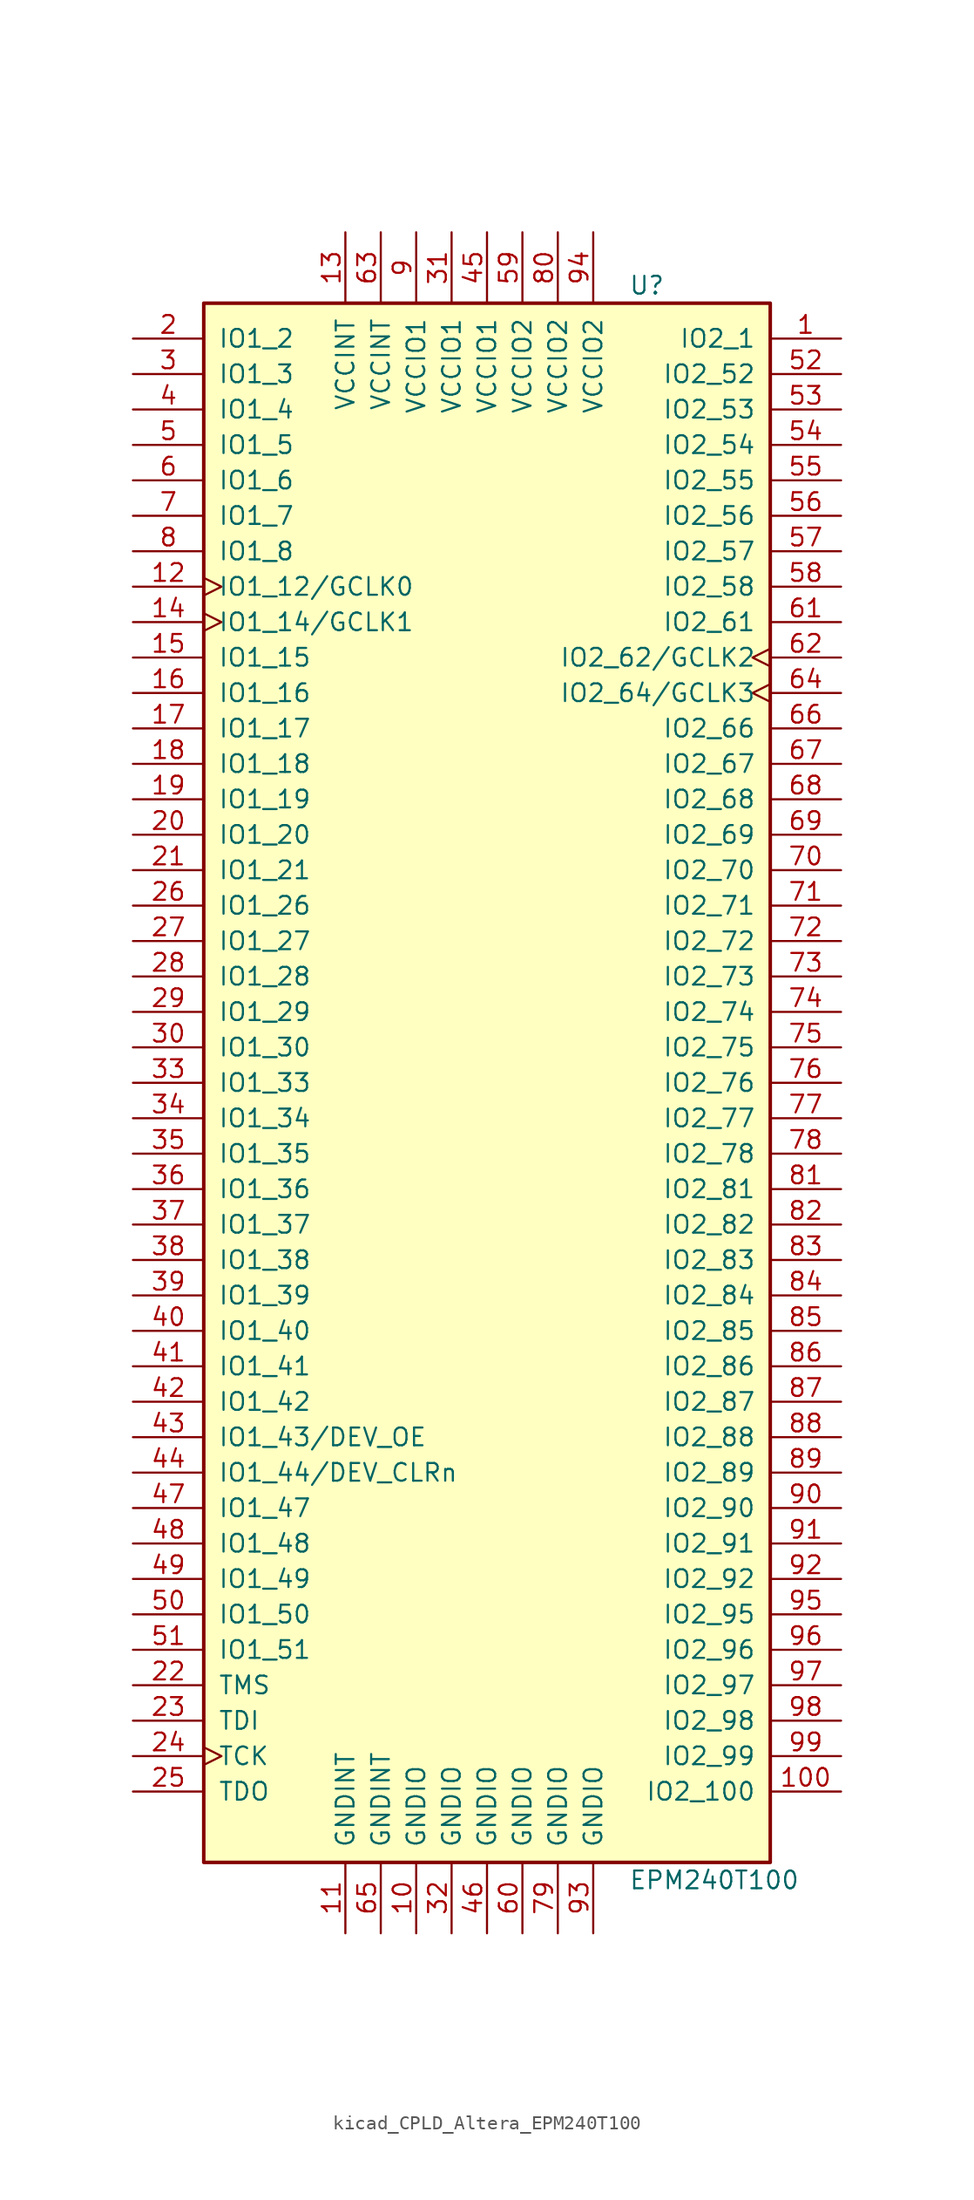
<source format=kicad_sym>
(kicad_symbol_lib
  (version 20220914)
  (generator kicad_symbol_editor)
  (symbol "kicad_CPLD_Altera_EPM240T100"
    (pin_names
      (offset 1.016))
    (property "Reference" "U"
      (at 10.16 57.15 0)
      (effects (font (size 1.27 1.27)) (justify left)))
    (property "Value" "EPM240T100"
      (at 10.16 -57.15 0)
      (effects (font (size 1.27 1.27)) (justify left)))
    (property "ki_locked" ""
      (at 0 0 0)
      (effects (font (size 1.27 1.27))))
    (symbol "kicad_CPLD_Altera_EPM240T100_1_1"
      (rectangle (start -20.32 55.88) (end 20.32 -55.88) (stroke (width 0.254) (type default)) (fill (type background)))
      (pin bidirectional line (at 25.4 53.34 180) (length 5.08) (name "IO2_1" (effects (font (size 1.27 1.27)))) (number "1" (effects (font (size 1.27 1.27)))))
      (pin power_in line (at -5.08 -60.96 90) (length 5.08) (name "GNDIO" (effects (font (size 1.27 1.27)))) (number "10" (effects (font (size 1.27 1.27)))))
      (pin bidirectional line (at 25.4 -50.8 180) (length 5.08) (name "IO2_100" (effects (font (size 1.27 1.27)))) (number "100" (effects (font (size 1.27 1.27)))))
      (pin power_in line (at -10.16 -60.96 90) (length 5.08) (name "GNDINT" (effects (font (size 1.27 1.27)))) (number "11" (effects (font (size 1.27 1.27)))))
      (pin bidirectional clock (at -25.4 35.56 0) (length 5.08) (name "IO1_12/GCLK0" (effects (font (size 1.27 1.27)))) (number "12" (effects (font (size 1.27 1.27)))))
      (pin power_in line (at -10.16 60.96 270) (length 5.08) (name "VCCINT" (effects (font (size 1.27 1.27)))) (number "13" (effects (font (size 1.27 1.27)))))
      (pin bidirectional clock (at -25.4 33.02 0) (length 5.08) (name "IO1_14/GCLK1" (effects (font (size 1.27 1.27)))) (number "14" (effects (font (size 1.27 1.27)))))
      (pin bidirectional line (at -25.4 30.48 0) (length 5.08) (name "IO1_15" (effects (font (size 1.27 1.27)))) (number "15" (effects (font (size 1.27 1.27)))))
      (pin bidirectional line (at -25.4 27.94 0) (length 5.08) (name "IO1_16" (effects (font (size 1.27 1.27)))) (number "16" (effects (font (size 1.27 1.27)))))
      (pin bidirectional line (at -25.4 25.4 0) (length 5.08) (name "IO1_17" (effects (font (size 1.27 1.27)))) (number "17" (effects (font (size 1.27 1.27)))))
      (pin bidirectional line (at -25.4 22.86 0) (length 5.08) (name "IO1_18" (effects (font (size 1.27 1.27)))) (number "18" (effects (font (size 1.27 1.27)))))
      (pin bidirectional line (at -25.4 20.32 0) (length 5.08) (name "IO1_19" (effects (font (size 1.27 1.27)))) (number "19" (effects (font (size 1.27 1.27)))))
      (pin bidirectional line (at -25.4 53.34 0) (length 5.08) (name "IO1_2" (effects (font (size 1.27 1.27)))) (number "2" (effects (font (size 1.27 1.27)))))
      (pin bidirectional line (at -25.4 17.78 0) (length 5.08) (name "IO1_20" (effects (font (size 1.27 1.27)))) (number "20" (effects (font (size 1.27 1.27)))))
      (pin bidirectional line (at -25.4 15.24 0) (length 5.08) (name "IO1_21" (effects (font (size 1.27 1.27)))) (number "21" (effects (font (size 1.27 1.27)))))
      (pin input line (at -25.4 -43.18 0) (length 5.08) (name "TMS" (effects (font (size 1.27 1.27)))) (number "22" (effects (font (size 1.27 1.27)))))
      (pin input line (at -25.4 -45.72 0) (length 5.08) (name "TDI" (effects (font (size 1.27 1.27)))) (number "23" (effects (font (size 1.27 1.27)))))
      (pin input clock (at -25.4 -48.26 0) (length 5.08) (name "TCK" (effects (font (size 1.27 1.27)))) (number "24" (effects (font (size 1.27 1.27)))))
      (pin output line (at -25.4 -50.8 0) (length 5.08) (name "TDO" (effects (font (size 1.27 1.27)))) (number "25" (effects (font (size 1.27 1.27)))))
      (pin bidirectional line (at -25.4 12.7 0) (length 5.08) (name "IO1_26" (effects (font (size 1.27 1.27)))) (number "26" (effects (font (size 1.27 1.27)))))
      (pin bidirectional line (at -25.4 10.16 0) (length 5.08) (name "IO1_27" (effects (font (size 1.27 1.27)))) (number "27" (effects (font (size 1.27 1.27)))))
      (pin bidirectional line (at -25.4 7.62 0) (length 5.08) (name "IO1_28" (effects (font (size 1.27 1.27)))) (number "28" (effects (font (size 1.27 1.27)))))
      (pin bidirectional line (at -25.4 5.08 0) (length 5.08) (name "IO1_29" (effects (font (size 1.27 1.27)))) (number "29" (effects (font (size 1.27 1.27)))))
      (pin bidirectional line (at -25.4 50.8 0) (length 5.08) (name "IO1_3" (effects (font (size 1.27 1.27)))) (number "3" (effects (font (size 1.27 1.27)))))
      (pin bidirectional line (at -25.4 2.54 0) (length 5.08) (name "IO1_30" (effects (font (size 1.27 1.27)))) (number "30" (effects (font (size 1.27 1.27)))))
      (pin power_in line (at -2.54 60.96 270) (length 5.08) (name "VCCIO1" (effects (font (size 1.27 1.27)))) (number "31" (effects (font (size 1.27 1.27)))))
      (pin power_in line (at -2.54 -60.96 90) (length 5.08) (name "GNDIO" (effects (font (size 1.27 1.27)))) (number "32" (effects (font (size 1.27 1.27)))))
      (pin bidirectional line (at -25.4 0 0) (length 5.08) (name "IO1_33" (effects (font (size 1.27 1.27)))) (number "33" (effects (font (size 1.27 1.27)))))
      (pin bidirectional line (at -25.4 -2.54 0) (length 5.08) (name "IO1_34" (effects (font (size 1.27 1.27)))) (number "34" (effects (font (size 1.27 1.27)))))
      (pin bidirectional line (at -25.4 -5.08 0) (length 5.08) (name "IO1_35" (effects (font (size 1.27 1.27)))) (number "35" (effects (font (size 1.27 1.27)))))
      (pin bidirectional line (at -25.4 -7.62 0) (length 5.08) (name "IO1_36" (effects (font (size 1.27 1.27)))) (number "36" (effects (font (size 1.27 1.27)))))
      (pin bidirectional line (at -25.4 -10.16 0) (length 5.08) (name "IO1_37" (effects (font (size 1.27 1.27)))) (number "37" (effects (font (size 1.27 1.27)))))
      (pin bidirectional line (at -25.4 -12.7 0) (length 5.08) (name "IO1_38" (effects (font (size 1.27 1.27)))) (number "38" (effects (font (size 1.27 1.27)))))
      (pin bidirectional line (at -25.4 -15.24 0) (length 5.08) (name "IO1_39" (effects (font (size 1.27 1.27)))) (number "39" (effects (font (size 1.27 1.27)))))
      (pin bidirectional line (at -25.4 48.26 0) (length 5.08) (name "IO1_4" (effects (font (size 1.27 1.27)))) (number "4" (effects (font (size 1.27 1.27)))))
      (pin bidirectional line (at -25.4 -17.78 0) (length 5.08) (name "IO1_40" (effects (font (size 1.27 1.27)))) (number "40" (effects (font (size 1.27 1.27)))))
      (pin bidirectional line (at -25.4 -20.32 0) (length 5.08) (name "IO1_41" (effects (font (size 1.27 1.27)))) (number "41" (effects (font (size 1.27 1.27)))))
      (pin bidirectional line (at -25.4 -22.86 0) (length 5.08) (name "IO1_42" (effects (font (size 1.27 1.27)))) (number "42" (effects (font (size 1.27 1.27)))))
      (pin bidirectional line (at -25.4 -25.4 0) (length 5.08) (name "IO1_43/DEV_OE" (effects (font (size 1.27 1.27)))) (number "43" (effects (font (size 1.27 1.27)))))
      (pin bidirectional line (at -25.4 -27.94 0) (length 5.08) (name "IO1_44/DEV_CLRn" (effects (font (size 1.27 1.27)))) (number "44" (effects (font (size 1.27 1.27)))))
      (pin power_in line (at 0 60.96 270) (length 5.08) (name "VCCIO1" (effects (font (size 1.27 1.27)))) (number "45" (effects (font (size 1.27 1.27)))))
      (pin power_in line (at 0 -60.96 90) (length 5.08) (name "GNDIO" (effects (font (size 1.27 1.27)))) (number "46" (effects (font (size 1.27 1.27)))))
      (pin bidirectional line (at -25.4 -30.48 0) (length 5.08) (name "IO1_47" (effects (font (size 1.27 1.27)))) (number "47" (effects (font (size 1.27 1.27)))))
      (pin bidirectional line (at -25.4 -33.02 0) (length 5.08) (name "IO1_48" (effects (font (size 1.27 1.27)))) (number "48" (effects (font (size 1.27 1.27)))))
      (pin bidirectional line (at -25.4 -35.56 0) (length 5.08) (name "IO1_49" (effects (font (size 1.27 1.27)))) (number "49" (effects (font (size 1.27 1.27)))))
      (pin bidirectional line (at -25.4 45.72 0) (length 5.08) (name "IO1_5" (effects (font (size 1.27 1.27)))) (number "5" (effects (font (size 1.27 1.27)))))
      (pin bidirectional line (at -25.4 -38.1 0) (length 5.08) (name "IO1_50" (effects (font (size 1.27 1.27)))) (number "50" (effects (font (size 1.27 1.27)))))
      (pin bidirectional line (at -25.4 -40.64 0) (length 5.08) (name "IO1_51" (effects (font (size 1.27 1.27)))) (number "51" (effects (font (size 1.27 1.27)))))
      (pin bidirectional line (at 25.4 50.8 180) (length 5.08) (name "IO2_52" (effects (font (size 1.27 1.27)))) (number "52" (effects (font (size 1.27 1.27)))))
      (pin bidirectional line (at 25.4 48.26 180) (length 5.08) (name "IO2_53" (effects (font (size 1.27 1.27)))) (number "53" (effects (font (size 1.27 1.27)))))
      (pin bidirectional line (at 25.4 45.72 180) (length 5.08) (name "IO2_54" (effects (font (size 1.27 1.27)))) (number "54" (effects (font (size 1.27 1.27)))))
      (pin bidirectional line (at 25.4 43.18 180) (length 5.08) (name "IO2_55" (effects (font (size 1.27 1.27)))) (number "55" (effects (font (size 1.27 1.27)))))
      (pin bidirectional line (at 25.4 40.64 180) (length 5.08) (name "IO2_56" (effects (font (size 1.27 1.27)))) (number "56" (effects (font (size 1.27 1.27)))))
      (pin bidirectional line (at 25.4 38.1 180) (length 5.08) (name "IO2_57" (effects (font (size 1.27 1.27)))) (number "57" (effects (font (size 1.27 1.27)))))
      (pin bidirectional line (at 25.4 35.56 180) (length 5.08) (name "IO2_58" (effects (font (size 1.27 1.27)))) (number "58" (effects (font (size 1.27 1.27)))))
      (pin power_in line (at 2.54 60.96 270) (length 5.08) (name "VCCIO2" (effects (font (size 1.27 1.27)))) (number "59" (effects (font (size 1.27 1.27)))))
      (pin bidirectional line (at -25.4 43.18 0) (length 5.08) (name "IO1_6" (effects (font (size 1.27 1.27)))) (number "6" (effects (font (size 1.27 1.27)))))
      (pin power_in line (at 2.54 -60.96 90) (length 5.08) (name "GNDIO" (effects (font (size 1.27 1.27)))) (number "60" (effects (font (size 1.27 1.27)))))
      (pin bidirectional line (at 25.4 33.02 180) (length 5.08) (name "IO2_61" (effects (font (size 1.27 1.27)))) (number "61" (effects (font (size 1.27 1.27)))))
      (pin bidirectional clock (at 25.4 30.48 180) (length 5.08) (name "IO2_62/GCLK2" (effects (font (size 1.27 1.27)))) (number "62" (effects (font (size 1.27 1.27)))))
      (pin power_in line (at -7.62 60.96 270) (length 5.08) (name "VCCINT" (effects (font (size 1.27 1.27)))) (number "63" (effects (font (size 1.27 1.27)))))
      (pin bidirectional clock (at 25.4 27.94 180) (length 5.08) (name "IO2_64/GCLK3" (effects (font (size 1.27 1.27)))) (number "64" (effects (font (size 1.27 1.27)))))
      (pin power_in line (at -7.62 -60.96 90) (length 5.08) (name "GNDINT" (effects (font (size 1.27 1.27)))) (number "65" (effects (font (size 1.27 1.27)))))
      (pin bidirectional line (at 25.4 25.4 180) (length 5.08) (name "IO2_66" (effects (font (size 1.27 1.27)))) (number "66" (effects (font (size 1.27 1.27)))))
      (pin bidirectional line (at 25.4 22.86 180) (length 5.08) (name "IO2_67" (effects (font (size 1.27 1.27)))) (number "67" (effects (font (size 1.27 1.27)))))
      (pin bidirectional line (at 25.4 20.32 180) (length 5.08) (name "IO2_68" (effects (font (size 1.27 1.27)))) (number "68" (effects (font (size 1.27 1.27)))))
      (pin bidirectional line (at 25.4 17.78 180) (length 5.08) (name "IO2_69" (effects (font (size 1.27 1.27)))) (number "69" (effects (font (size 1.27 1.27)))))
      (pin bidirectional line (at -25.4 40.64 0) (length 5.08) (name "IO1_7" (effects (font (size 1.27 1.27)))) (number "7" (effects (font (size 1.27 1.27)))))
      (pin bidirectional line (at 25.4 15.24 180) (length 5.08) (name "IO2_70" (effects (font (size 1.27 1.27)))) (number "70" (effects (font (size 1.27 1.27)))))
      (pin bidirectional line (at 25.4 12.7 180) (length 5.08) (name "IO2_71" (effects (font (size 1.27 1.27)))) (number "71" (effects (font (size 1.27 1.27)))))
      (pin bidirectional line (at 25.4 10.16 180) (length 5.08) (name "IO2_72" (effects (font (size 1.27 1.27)))) (number "72" (effects (font (size 1.27 1.27)))))
      (pin bidirectional line (at 25.4 7.62 180) (length 5.08) (name "IO2_73" (effects (font (size 1.27 1.27)))) (number "73" (effects (font (size 1.27 1.27)))))
      (pin bidirectional line (at 25.4 5.08 180) (length 5.08) (name "IO2_74" (effects (font (size 1.27 1.27)))) (number "74" (effects (font (size 1.27 1.27)))))
      (pin bidirectional line (at 25.4 2.54 180) (length 5.08) (name "IO2_75" (effects (font (size 1.27 1.27)))) (number "75" (effects (font (size 1.27 1.27)))))
      (pin bidirectional line (at 25.4 0 180) (length 5.08) (name "IO2_76" (effects (font (size 1.27 1.27)))) (number "76" (effects (font (size 1.27 1.27)))))
      (pin bidirectional line (at 25.4 -2.54 180) (length 5.08) (name "IO2_77" (effects (font (size 1.27 1.27)))) (number "77" (effects (font (size 1.27 1.27)))))
      (pin bidirectional line (at 25.4 -5.08 180) (length 5.08) (name "IO2_78" (effects (font (size 1.27 1.27)))) (number "78" (effects (font (size 1.27 1.27)))))
      (pin power_in line (at 5.08 -60.96 90) (length 5.08) (name "GNDIO" (effects (font (size 1.27 1.27)))) (number "79" (effects (font (size 1.27 1.27)))))
      (pin bidirectional line (at -25.4 38.1 0) (length 5.08) (name "IO1_8" (effects (font (size 1.27 1.27)))) (number "8" (effects (font (size 1.27 1.27)))))
      (pin power_in line (at 5.08 60.96 270) (length 5.08) (name "VCCIO2" (effects (font (size 1.27 1.27)))) (number "80" (effects (font (size 1.27 1.27)))))
      (pin bidirectional line (at 25.4 -7.62 180) (length 5.08) (name "IO2_81" (effects (font (size 1.27 1.27)))) (number "81" (effects (font (size 1.27 1.27)))))
      (pin bidirectional line (at 25.4 -10.16 180) (length 5.08) (name "IO2_82" (effects (font (size 1.27 1.27)))) (number "82" (effects (font (size 1.27 1.27)))))
      (pin bidirectional line (at 25.4 -12.7 180) (length 5.08) (name "IO2_83" (effects (font (size 1.27 1.27)))) (number "83" (effects (font (size 1.27 1.27)))))
      (pin bidirectional line (at 25.4 -15.24 180) (length 5.08) (name "IO2_84" (effects (font (size 1.27 1.27)))) (number "84" (effects (font (size 1.27 1.27)))))
      (pin bidirectional line (at 25.4 -17.78 180) (length 5.08) (name "IO2_85" (effects (font (size 1.27 1.27)))) (number "85" (effects (font (size 1.27 1.27)))))
      (pin bidirectional line (at 25.4 -20.32 180) (length 5.08) (name "IO2_86" (effects (font (size 1.27 1.27)))) (number "86" (effects (font (size 1.27 1.27)))))
      (pin bidirectional line (at 25.4 -22.86 180) (length 5.08) (name "IO2_87" (effects (font (size 1.27 1.27)))) (number "87" (effects (font (size 1.27 1.27)))))
      (pin bidirectional line (at 25.4 -25.4 180) (length 5.08) (name "IO2_88" (effects (font (size 1.27 1.27)))) (number "88" (effects (font (size 1.27 1.27)))))
      (pin bidirectional line (at 25.4 -27.94 180) (length 5.08) (name "IO2_89" (effects (font (size 1.27 1.27)))) (number "89" (effects (font (size 1.27 1.27)))))
      (pin power_in line (at -5.08 60.96 270) (length 5.08) (name "VCCIO1" (effects (font (size 1.27 1.27)))) (number "9" (effects (font (size 1.27 1.27)))))
      (pin bidirectional line (at 25.4 -30.48 180) (length 5.08) (name "IO2_90" (effects (font (size 1.27 1.27)))) (number "90" (effects (font (size 1.27 1.27)))))
      (pin bidirectional line (at 25.4 -33.02 180) (length 5.08) (name "IO2_91" (effects (font (size 1.27 1.27)))) (number "91" (effects (font (size 1.27 1.27)))))
      (pin bidirectional line (at 25.4 -35.56 180) (length 5.08) (name "IO2_92" (effects (font (size 1.27 1.27)))) (number "92" (effects (font (size 1.27 1.27)))))
      (pin power_in line (at 7.62 -60.96 90) (length 5.08) (name "GNDIO" (effects (font (size 1.27 1.27)))) (number "93" (effects (font (size 1.27 1.27)))))
      (pin power_in line (at 7.62 60.96 270) (length 5.08) (name "VCCIO2" (effects (font (size 1.27 1.27)))) (number "94" (effects (font (size 1.27 1.27)))))
      (pin bidirectional line (at 25.4 -38.1 180) (length 5.08) (name "IO2_95" (effects (font (size 1.27 1.27)))) (number "95" (effects (font (size 1.27 1.27)))))
      (pin bidirectional line (at 25.4 -40.64 180) (length 5.08) (name "IO2_96" (effects (font (size 1.27 1.27)))) (number "96" (effects (font (size 1.27 1.27)))))
      (pin bidirectional line (at 25.4 -43.18 180) (length 5.08) (name "IO2_97" (effects (font (size 1.27 1.27)))) (number "97" (effects (font (size 1.27 1.27)))))
      (pin bidirectional line (at 25.4 -45.72 180) (length 5.08) (name "IO2_98" (effects (font (size 1.27 1.27)))) (number "98" (effects (font (size 1.27 1.27)))))
      (pin bidirectional line (at 25.4 -48.26 180) (length 5.08) (name "IO2_99" (effects (font (size 1.27 1.27)))) (number "99" (effects (font (size 1.27 1.27))))))))
</source>
